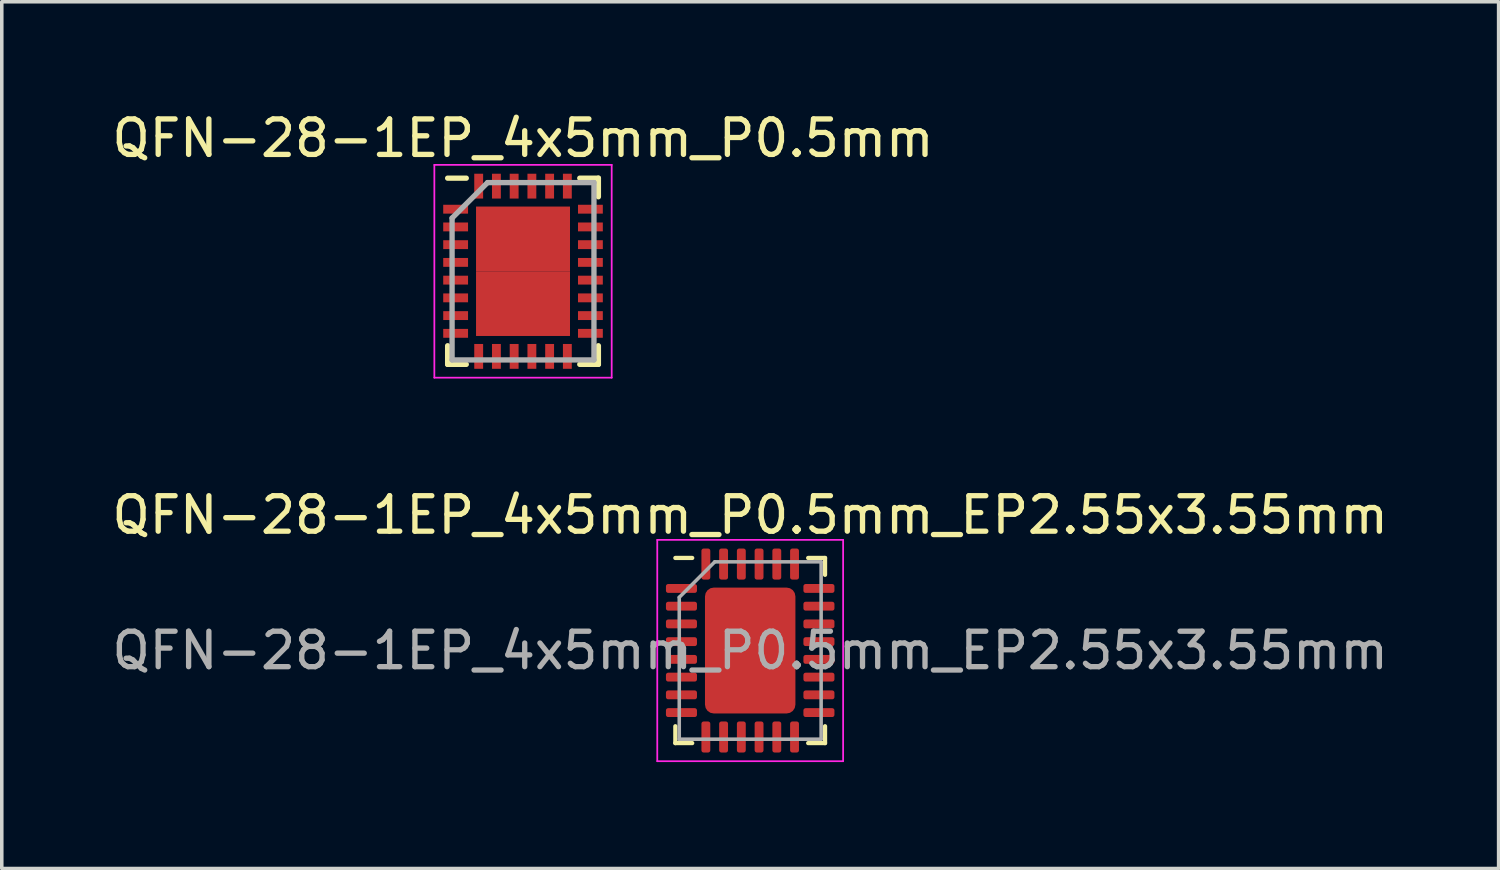
<source format=kicad_pcb>
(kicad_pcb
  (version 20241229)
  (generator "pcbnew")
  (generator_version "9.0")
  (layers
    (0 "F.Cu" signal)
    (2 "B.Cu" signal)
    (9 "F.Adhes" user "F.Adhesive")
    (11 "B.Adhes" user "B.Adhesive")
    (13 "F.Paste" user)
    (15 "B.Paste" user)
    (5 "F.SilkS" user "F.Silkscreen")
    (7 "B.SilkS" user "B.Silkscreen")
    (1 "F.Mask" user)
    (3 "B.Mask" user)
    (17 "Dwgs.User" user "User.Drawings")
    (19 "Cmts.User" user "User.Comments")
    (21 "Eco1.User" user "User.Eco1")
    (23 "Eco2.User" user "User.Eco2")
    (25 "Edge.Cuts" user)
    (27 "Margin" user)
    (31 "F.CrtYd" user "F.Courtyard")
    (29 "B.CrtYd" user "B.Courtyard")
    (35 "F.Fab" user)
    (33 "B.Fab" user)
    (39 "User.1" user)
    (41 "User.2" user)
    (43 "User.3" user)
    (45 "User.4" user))
  (footprint "QFN-28-1EP_4x5mm_P0.5mm_EP2.55x3.55mm"
    (layer "F.Cu")
    (at 18.101 15.291)
    (property "Reference" "QFN-28-1EP_4x5mm_P0.5mm_EP2.55x3.55mm" (at 0 -3.82 0) (layer "F.SilkS") (effects (font (size 1 1) (thickness 0.15))))
    (attr smd)
    (fp_line (start -2.11 2.61) (end -2.11 2.135) (stroke (width 0.12) (type solid)) (layer "F.SilkS"))
    (fp_line (start -1.635 -2.61) (end -2.11 -2.61) (stroke (width 0.12) (type solid)) (layer "F.SilkS"))
    (fp_line (start -1.635 2.61) (end -2.11 2.61) (stroke (width 0.12) (type solid)) (layer "F.SilkS"))
    (fp_line (start 1.635 -2.61) (end 2.11 -2.61) (stroke (width 0.12) (type solid)) (layer "F.SilkS"))
    (fp_line (start 1.635 2.61) (end 2.11 2.61) (stroke (width 0.12) (type solid)) (layer "F.SilkS"))
    (fp_line (start 2.11 -2.61) (end 2.11 -2.135) (stroke (width 0.12) (type solid)) (layer "F.SilkS"))
    (fp_line (start 2.11 2.61) (end 2.11 2.135) (stroke (width 0.12) (type solid)) (layer "F.SilkS"))
    (fp_line (start -2.62 -3.12) (end -2.62 3.12) (stroke (width 0.05) (type solid)) (layer "F.CrtYd"))
    (fp_line (start -2.62 3.12) (end 2.62 3.12) (stroke (width 0.05) (type solid)) (layer "F.CrtYd"))
    (fp_line (start 2.62 -3.12) (end -2.62 -3.12) (stroke (width 0.05) (type solid)) (layer "F.CrtYd"))
    (fp_line (start 2.62 3.12) (end 2.62 -3.12) (stroke (width 0.05) (type solid)) (layer "F.CrtYd"))
    (fp_line (start -2 -1.5) (end -1 -2.5) (stroke (width 0.1) (type solid)) (layer "F.Fab"))
    (fp_line (start -2 2.5) (end -2 -1.5) (stroke (width 0.1) (type solid)) (layer "F.Fab"))
    (fp_line (start -1 -2.5) (end 2 -2.5) (stroke (width 0.1) (type solid)) (layer "F.Fab"))
    (fp_line (start 2 -2.5) (end 2 2.5) (stroke (width 0.1) (type solid)) (layer "F.Fab"))
    (fp_line (start 2 2.5) (end -2 2.5) (stroke (width 0.1) (type solid)) (layer "F.Fab"))
    (fp_text user "${REFERENCE}" (at 0 0 0) (layer "F.Fab") (effects (font (size 1 1) (thickness 0.15))))
    (pad "" smd roundrect (at -0.635 -1.18) (size 1.03 0.95) (layers "F.Paste") (roundrect_rratio 0.25))
    (pad "" smd roundrect (at -0.635 0) (size 1.03 0.95) (layers "F.Paste") (roundrect_rratio 0.25))
    (pad "" smd roundrect (at -0.635 1.18) (size 1.03 0.95) (layers "F.Paste") (roundrect_rratio 0.25))
    (pad "" smd roundrect (at 0.635 -1.18) (size 1.03 0.95) (layers "F.Paste") (roundrect_rratio 0.25))
    (pad "" smd roundrect (at 0.635 0) (size 1.03 0.95) (layers "F.Paste") (roundrect_rratio 0.25))
    (pad "" smd roundrect (at 0.635 1.18) (size 1.03 0.95) (layers "F.Paste") (roundrect_rratio 0.25))
    (pad "1" smd roundrect (at -1.938 -1.75) (size 0.875 0.25) (layers "F.Cu" "F.Mask" "F.Paste") (roundrect_rratio 0.25))
    (pad "2" smd roundrect (at -1.938 -1.25) (size 0.875 0.25) (layers "F.Cu" "F.Mask" "F.Paste") (roundrect_rratio 0.25))
    (pad "3" smd roundrect (at -1.938 -0.75) (size 0.875 0.25) (layers "F.Cu" "F.Mask" "F.Paste") (roundrect_rratio 0.25))
    (pad "4" smd roundrect (at -1.938 -0.25) (size 0.875 0.25) (layers "F.Cu" "F.Mask" "F.Paste") (roundrect_rratio 0.25))
    (pad "5" smd roundrect (at -1.938 0.25) (size 0.875 0.25) (layers "F.Cu" "F.Mask" "F.Paste") (roundrect_rratio 0.25))
    (pad "6" smd roundrect (at -1.938 0.75) (size 0.875 0.25) (layers "F.Cu" "F.Mask" "F.Paste") (roundrect_rratio 0.25))
    (pad "7" smd roundrect (at -1.938 1.25) (size 0.875 0.25) (layers "F.Cu" "F.Mask" "F.Paste") (roundrect_rratio 0.25))
    (pad "8" smd roundrect (at -1.938 1.75) (size 0.875 0.25) (layers "F.Cu" "F.Mask" "F.Paste") (roundrect_rratio 0.25))
    (pad "9" smd roundrect (at -1.25 2.438) (size 0.25 0.875) (layers "F.Cu" "F.Mask" "F.Paste") (roundrect_rratio 0.25))
    (pad "10" smd roundrect (at -0.75 2.438) (size 0.25 0.875) (layers "F.Cu" "F.Mask" "F.Paste") (roundrect_rratio 0.25))
    (pad "11" smd roundrect (at -0.25 2.438) (size 0.25 0.875) (layers "F.Cu" "F.Mask" "F.Paste") (roundrect_rratio 0.25))
    (pad "12" smd roundrect (at 0.25 2.438) (size 0.25 0.875) (layers "F.Cu" "F.Mask" "F.Paste") (roundrect_rratio 0.25))
    (pad "13" smd roundrect (at 0.75 2.438) (size 0.25 0.875) (layers "F.Cu" "F.Mask" "F.Paste") (roundrect_rratio 0.25))
    (pad "14" smd roundrect (at 1.25 2.438) (size 0.25 0.875) (layers "F.Cu" "F.Mask" "F.Paste") (roundrect_rratio 0.25))
    (pad "15" smd roundrect (at 1.938 1.75) (size 0.875 0.25) (layers "F.Cu" "F.Mask" "F.Paste") (roundrect_rratio 0.25))
    (pad "16" smd roundrect (at 1.938 1.25) (size 0.875 0.25) (layers "F.Cu" "F.Mask" "F.Paste") (roundrect_rratio 0.25))
    (pad "17" smd roundrect (at 1.938 0.75) (size 0.875 0.25) (layers "F.Cu" "F.Mask" "F.Paste") (roundrect_rratio 0.25))
    (pad "18" smd roundrect (at 1.938 0.25) (size 0.875 0.25) (layers "F.Cu" "F.Mask" "F.Paste") (roundrect_rratio 0.25))
    (pad "19" smd roundrect (at 1.938 -0.25) (size 0.875 0.25) (layers "F.Cu" "F.Mask" "F.Paste") (roundrect_rratio 0.25))
    (pad "20" smd roundrect (at 1.938 -0.75) (size 0.875 0.25) (layers "F.Cu" "F.Mask" "F.Paste") (roundrect_rratio 0.25))
    (pad "21" smd roundrect (at 1.938 -1.25) (size 0.875 0.25) (layers "F.Cu" "F.Mask" "F.Paste") (roundrect_rratio 0.25))
    (pad "22" smd roundrect (at 1.938 -1.75) (size 0.875 0.25) (layers "F.Cu" "F.Mask" "F.Paste") (roundrect_rratio 0.25))
    (pad "23" smd roundrect (at 1.25 -2.438) (size 0.25 0.875) (layers "F.Cu" "F.Mask" "F.Paste") (roundrect_rratio 0.25))
    (pad "24" smd roundrect (at 0.75 -2.438) (size 0.25 0.875) (layers "F.Cu" "F.Mask" "F.Paste") (roundrect_rratio 0.25))
    (pad "25" smd roundrect (at 0.25 -2.438) (size 0.25 0.875) (layers "F.Cu" "F.Mask" "F.Paste") (roundrect_rratio 0.25))
    (pad "26" smd roundrect (at -0.25 -2.438) (size 0.25 0.875) (layers "F.Cu" "F.Mask" "F.Paste") (roundrect_rratio 0.25))
    (pad "27" smd roundrect (at -0.75 -2.438) (size 0.25 0.875) (layers "F.Cu" "F.Mask" "F.Paste") (roundrect_rratio 0.25))
    (pad "28" smd roundrect (at -1.25 -2.438) (size 0.25 0.875) (layers "F.Cu" "F.Mask" "F.Paste") (roundrect_rratio 0.25))
    (pad "29" smd roundrect (at 0 0) (size 2.55 3.55) (layers "F.Cu" "F.Mask") (roundrect_rratio 0.098)))
  (footprint "QFN-28-1EP_4x5mm_P0.5mm"
    (layer "F.Cu")
    (at 11.696 4.598)
    (property "Reference" "QFN-28-1EP_4x5mm_P0.5mm" (at 0 -3.75 0) (layer "F.SilkS") (effects (font (size 1 1) (thickness 0.15))))
    (attr smd)
    (fp_line (start -2.125 -2.625) (end -1.6 -2.625) (stroke (width 0.15) (type solid)) (layer "F.SilkS"))
    (fp_line (start -2.125 2.625) (end -2.125 2.1) (stroke (width 0.15) (type solid)) (layer "F.SilkS"))
    (fp_line (start -2.125 2.625) (end -1.6 2.625) (stroke (width 0.15) (type solid)) (layer "F.SilkS"))
    (fp_line (start 2.125 -2.625) (end 1.6 -2.625) (stroke (width 0.15) (type solid)) (layer "F.SilkS"))
    (fp_line (start 2.125 -2.625) (end 2.125 -2.1) (stroke (width 0.15) (type solid)) (layer "F.SilkS"))
    (fp_line (start 2.125 2.625) (end 1.6 2.625) (stroke (width 0.15) (type solid)) (layer "F.SilkS"))
    (fp_line (start 2.125 2.625) (end 2.125 2.1) (stroke (width 0.15) (type solid)) (layer "F.SilkS"))
    (fp_line (start -2.5 -3) (end -2.5 3) (stroke (width 0.05) (type solid)) (layer "F.CrtYd"))
    (fp_line (start -2.5 -3) (end 2.5 -3) (stroke (width 0.05) (type solid)) (layer "F.CrtYd"))
    (fp_line (start -2.5 3) (end 2.5 3) (stroke (width 0.05) (type solid)) (layer "F.CrtYd"))
    (fp_line (start 2.5 -3) (end 2.5 3) (stroke (width 0.05) (type solid)) (layer "F.CrtYd"))
    (fp_line (start -2 -1.5) (end -1 -2.5) (stroke (width 0.15) (type solid)) (layer "F.Fab"))
    (fp_line (start -2 2.5) (end -2 -1.5) (stroke (width 0.15) (type solid)) (layer "F.Fab"))
    (fp_line (start -1 -2.5) (end 2 -2.5) (stroke (width 0.15) (type solid)) (layer "F.Fab"))
    (fp_line (start 2 -2.5) (end 2 2.5) (stroke (width 0.15) (type solid)) (layer "F.Fab"))
    (fp_line (start 2 2.5) (end -2 2.5) (stroke (width 0.15) (type solid)) (layer "F.Fab"))
    (pad "1" smd rect (at -1.9 -1.75) (size 0.7 0.25) (layers "F.Cu" "F.Mask" "F.Paste"))
    (pad "2" smd rect (at -1.9 -1.25) (size 0.7 0.25) (layers "F.Cu" "F.Mask" "F.Paste"))
    (pad "3" smd rect (at -1.9 -0.75) (size 0.7 0.25) (layers "F.Cu" "F.Mask" "F.Paste"))
    (pad "4" smd rect (at -1.9 -0.25) (size 0.7 0.25) (layers "F.Cu" "F.Mask" "F.Paste"))
    (pad "5" smd rect (at -1.9 0.25) (size 0.7 0.25) (layers "F.Cu" "F.Mask" "F.Paste"))
    (pad "6" smd rect (at -1.9 0.75) (size 0.7 0.25) (layers "F.Cu" "F.Mask" "F.Paste"))
    (pad "7" smd rect (at -1.9 1.25) (size 0.7 0.25) (layers "F.Cu" "F.Mask" "F.Paste"))
    (pad "8" smd rect (at -1.9 1.75) (size 0.7 0.25) (layers "F.Cu" "F.Mask" "F.Paste"))
    (pad "9" smd rect (at -1.25 2.4 90) (size 0.7 0.25) (layers "F.Cu" "F.Mask" "F.Paste"))
    (pad "10" smd rect (at -0.75 2.4 90) (size 0.7 0.25) (layers "F.Cu" "F.Mask" "F.Paste"))
    (pad "11" smd rect (at -0.25 2.4 90) (size 0.7 0.25) (layers "F.Cu" "F.Mask" "F.Paste"))
    (pad "12" smd rect (at 0.25 2.4 90) (size 0.7 0.25) (layers "F.Cu" "F.Mask" "F.Paste"))
    (pad "13" smd rect (at 0.75 2.4 90) (size 0.7 0.25) (layers "F.Cu" "F.Mask" "F.Paste"))
    (pad "14" smd rect (at 1.25 2.4 90) (size 0.7 0.25) (layers "F.Cu" "F.Mask" "F.Paste"))
    (pad "15" smd rect (at 1.9 1.75) (size 0.7 0.25) (layers "F.Cu" "F.Mask" "F.Paste"))
    (pad "16" smd rect (at 1.9 1.25) (size 0.7 0.25) (layers "F.Cu" "F.Mask" "F.Paste"))
    (pad "17" smd rect (at 1.9 0.75) (size 0.7 0.25) (layers "F.Cu" "F.Mask" "F.Paste"))
    (pad "18" smd rect (at 1.9 0.25) (size 0.7 0.25) (layers "F.Cu" "F.Mask" "F.Paste"))
    (pad "19" smd rect (at 1.9 -0.25) (size 0.7 0.25) (layers "F.Cu" "F.Mask" "F.Paste"))
    (pad "20" smd rect (at 1.9 -0.75) (size 0.7 0.25) (layers "F.Cu" "F.Mask" "F.Paste"))
    (pad "21" smd rect (at 1.9 -1.25) (size 0.7 0.25) (layers "F.Cu" "F.Mask" "F.Paste"))
    (pad "22" smd rect (at 1.9 -1.75) (size 0.7 0.25) (layers "F.Cu" "F.Mask" "F.Paste"))
    (pad "23" smd rect (at 1.25 -2.4 90) (size 0.7 0.25) (layers "F.Cu" "F.Mask" "F.Paste"))
    (pad "24" smd rect (at 0.75 -2.4 90) (size 0.7 0.25) (layers "F.Cu" "F.Mask" "F.Paste"))
    (pad "25" smd rect (at 0.25 -2.4 90) (size 0.7 0.25) (layers "F.Cu" "F.Mask" "F.Paste"))
    (pad "26" smd rect (at -0.25 -2.4 90) (size 0.7 0.25) (layers "F.Cu" "F.Mask" "F.Paste"))
    (pad "27" smd rect (at -0.75 -2.4 90) (size 0.7 0.25) (layers "F.Cu" "F.Mask" "F.Paste"))
    (pad "28" smd rect (at -1.25 -2.4 90) (size 0.7 0.25) (layers "F.Cu" "F.Mask" "F.Paste"))
    (pad "29" smd rect (at -0.662 -0.912) (size 1.325 1.825) (layers "F.Cu" "F.Mask" "F.Paste"))
    (pad "29" smd rect (at -0.662 0.912) (size 1.325 1.825) (layers "F.Cu" "F.Mask" "F.Paste"))
    (pad "29" smd rect (at 0.662 -0.912) (size 1.325 1.825) (layers "F.Cu" "F.Mask" "F.Paste"))
    (pad "29" smd rect (at 0.662 0.912) (size 1.325 1.825) (layers "F.Cu" "F.Mask" "F.Paste")))
  (gr_rect
    (start -3 -3)
    (end 39.202 21.436)
    (stroke (width 0.1) (type default))
    (fill no)
    (layer "Edge.Cuts")))
</source>
